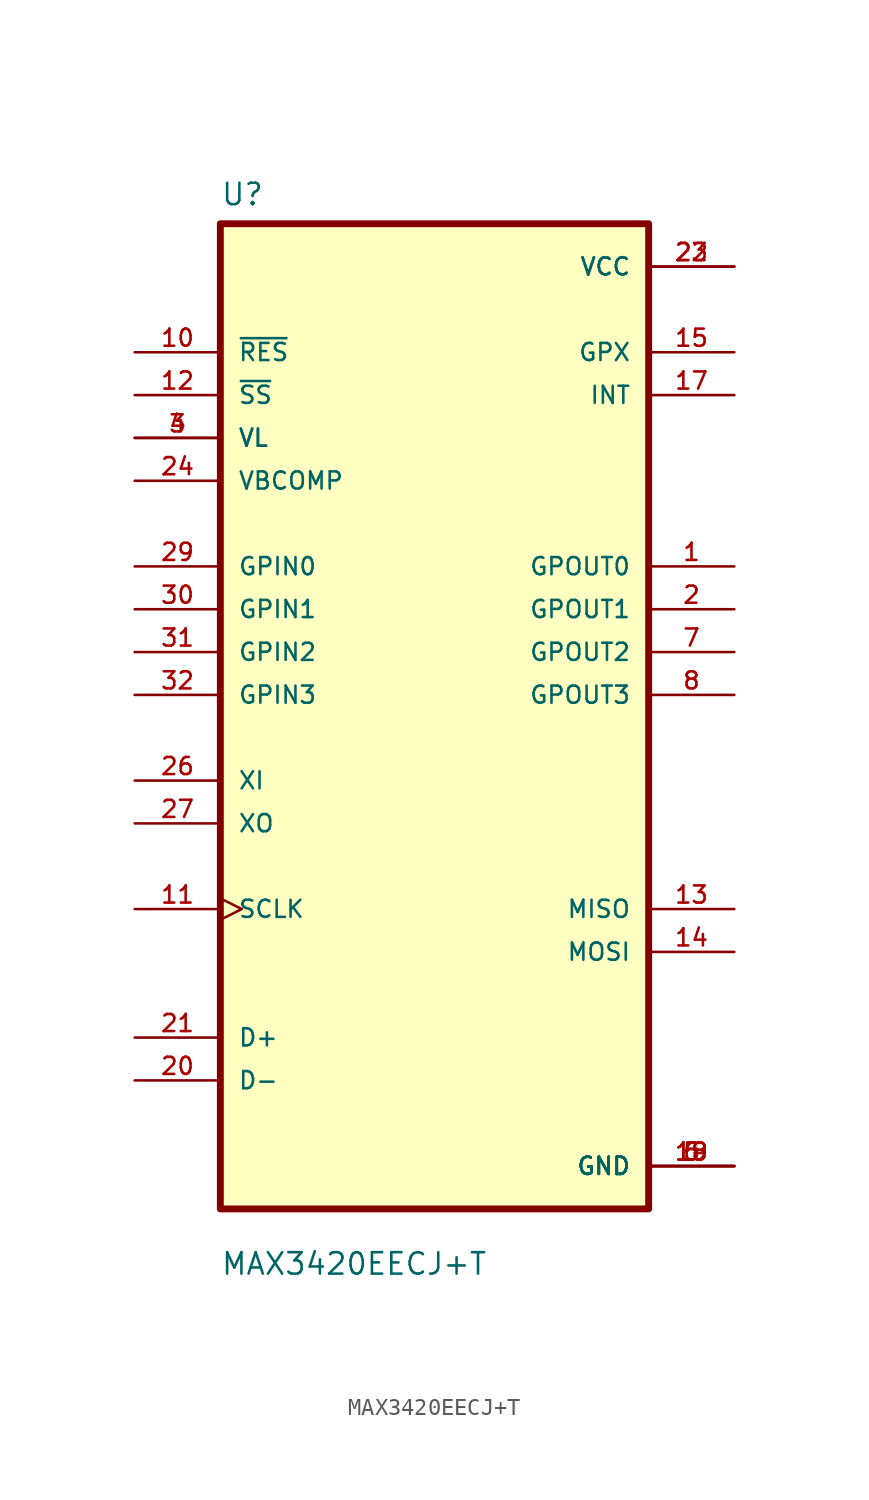
<source format=kicad_sym>
(kicad_symbol_lib
  (version 20211014)
  (generator kicad_symbol_editor)
  (symbol "MAX3420EECJ+T"
    (pin_names
      (offset 1.016))
    (property "Reference" "U"
      (at -12.7 28.94 0.0)
      (effects (font (size 1.27 1.27)) (justify bottom left)))
    (property "Value" "MAX3420EECJ+T"
      (at -12.7 -34.48 0.0)
      (effects (font (size 1.27 1.27)) (justify bottom left)))
    (symbol "MAX3420EECJ+T_0_0"
      (rectangle (start -12.7 -30.48) (end 12.7 27.94) (stroke (width 0.41)) (fill (type background)))
      (pin input line (at -17.78 20.32 0) (length 5.08) (name "~{RES}" (effects (font (size 1.016 1.016)))) (number "10" (effects (font (size 1.016 1.016)))))
      (pin input line (at -17.78 17.78 0) (length 5.08) (name "~{SS}" (effects (font (size 1.016 1.016)))) (number "12" (effects (font (size 1.016 1.016)))))
      (pin input line (at -17.78 7.62 0) (length 5.08) (name "GPIN0" (effects (font (size 1.016 1.016)))) (number "29" (effects (font (size 1.016 1.016)))))
      (pin input line (at -17.78 5.08 0) (length 5.08) (name "GPIN1" (effects (font (size 1.016 1.016)))) (number "30" (effects (font (size 1.016 1.016)))))
      (pin input line (at -17.78 2.54 0) (length 5.08) (name "GPIN2" (effects (font (size 1.016 1.016)))) (number "31" (effects (font (size 1.016 1.016)))))
      (pin input line (at -17.78 0.0 0) (length 5.08) (name "GPIN3" (effects (font (size 1.016 1.016)))) (number "32" (effects (font (size 1.016 1.016)))))
      (pin input clock (at -17.78 -12.7 0) (length 5.08) (name "SCLK" (effects (font (size 1.016 1.016)))) (number "11" (effects (font (size 1.016 1.016)))))
      (pin input line (at -17.78 12.7 0) (length 5.08) (name "VBCOMP" (effects (font (size 1.016 1.016)))) (number "24" (effects (font (size 1.016 1.016)))))
      (pin input line (at -17.78 15.24 0) (length 5.08) (name "VL" (effects (font (size 1.016 1.016)))) (number "3" (effects (font (size 1.016 1.016)))))
      (pin input line (at -17.78 15.24 0) (length 5.08) (name "VL" (effects (font (size 1.016 1.016)))) (number "4" (effects (font (size 1.016 1.016)))))
      (pin input line (at -17.78 -5.08 0) (length 5.08) (name "XI" (effects (font (size 1.016 1.016)))) (number "26" (effects (font (size 1.016 1.016)))))
      (pin bidirectional line (at -17.78 -20.32 0) (length 5.08) (name "D+" (effects (font (size 1.016 1.016)))) (number "21" (effects (font (size 1.016 1.016)))))
      (pin bidirectional line (at -17.78 -22.86 0) (length 5.08) (name "D-" (effects (font (size 1.016 1.016)))) (number "20" (effects (font (size 1.016 1.016)))))
      (pin bidirectional line (at 17.78 -15.24 180.0) (length 5.08) (name "MOSI" (effects (font (size 1.016 1.016)))) (number "14" (effects (font (size 1.016 1.016)))))
      (pin power_in line (at 17.78 25.4 180.0) (length 5.08) (name "VCC" (effects (font (size 1.016 1.016)))) (number "22" (effects (font (size 1.016 1.016)))))
      (pin power_in line (at 17.78 25.4 180.0) (length 5.08) (name "VCC" (effects (font (size 1.016 1.016)))) (number "23" (effects (font (size 1.016 1.016)))))
      (pin output line (at 17.78 7.62 180.0) (length 5.08) (name "GPOUT0" (effects (font (size 1.016 1.016)))) (number "1" (effects (font (size 1.016 1.016)))))
      (pin output line (at 17.78 5.08 180.0) (length 5.08) (name "GPOUT1" (effects (font (size 1.016 1.016)))) (number "2" (effects (font (size 1.016 1.016)))))
      (pin output line (at 17.78 2.54 180.0) (length 5.08) (name "GPOUT2" (effects (font (size 1.016 1.016)))) (number "7" (effects (font (size 1.016 1.016)))))
      (pin output line (at 17.78 0.0 180.0) (length 5.08) (name "GPOUT3" (effects (font (size 1.016 1.016)))) (number "8" (effects (font (size 1.016 1.016)))))
      (pin output line (at 17.78 20.32 180.0) (length 5.08) (name "GPX" (effects (font (size 1.016 1.016)))) (number "15" (effects (font (size 1.016 1.016)))))
      (pin output line (at 17.78 17.78 180.0) (length 5.08) (name "INT" (effects (font (size 1.016 1.016)))) (number "17" (effects (font (size 1.016 1.016)))))
      (pin output line (at 17.78 -12.7 180.0) (length 5.08) (name "MISO" (effects (font (size 1.016 1.016)))) (number "13" (effects (font (size 1.016 1.016)))))
      (pin output line (at -17.78 -7.62 0) (length 5.08) (name "XO" (effects (font (size 1.016 1.016)))) (number "27" (effects (font (size 1.016 1.016)))))
      (pin power_in line (at 17.78 -27.94 180.0) (length 5.08) (name "GND" (effects (font (size 1.016 1.016)))) (number "5" (effects (font (size 1.016 1.016)))))
      (pin power_in line (at 17.78 -27.94 180.0) (length 5.08) (name "GND" (effects (font (size 1.016 1.016)))) (number "6" (effects (font (size 1.016 1.016)))))
      (pin power_in line (at 17.78 -27.94 180.0) (length 5.08) (name "GND" (effects (font (size 1.016 1.016)))) (number "18" (effects (font (size 1.016 1.016)))))
      (pin power_in line (at 17.78 -27.94 180.0) (length 5.08) (name "GND" (effects (font (size 1.016 1.016)))) (number "19" (effects (font (size 1.016 1.016))))))))
</source>
